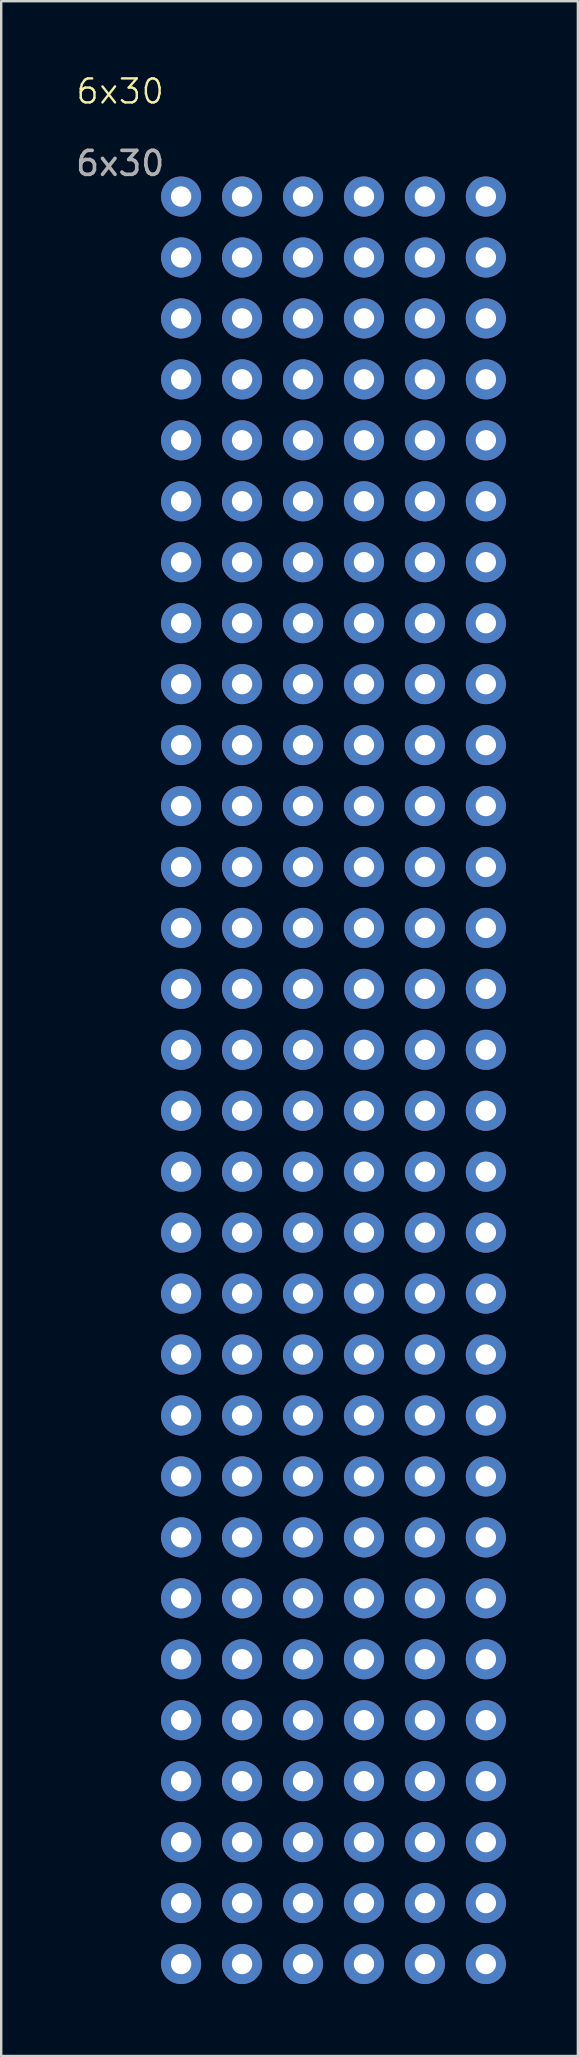
<source format=kicad_pcb>
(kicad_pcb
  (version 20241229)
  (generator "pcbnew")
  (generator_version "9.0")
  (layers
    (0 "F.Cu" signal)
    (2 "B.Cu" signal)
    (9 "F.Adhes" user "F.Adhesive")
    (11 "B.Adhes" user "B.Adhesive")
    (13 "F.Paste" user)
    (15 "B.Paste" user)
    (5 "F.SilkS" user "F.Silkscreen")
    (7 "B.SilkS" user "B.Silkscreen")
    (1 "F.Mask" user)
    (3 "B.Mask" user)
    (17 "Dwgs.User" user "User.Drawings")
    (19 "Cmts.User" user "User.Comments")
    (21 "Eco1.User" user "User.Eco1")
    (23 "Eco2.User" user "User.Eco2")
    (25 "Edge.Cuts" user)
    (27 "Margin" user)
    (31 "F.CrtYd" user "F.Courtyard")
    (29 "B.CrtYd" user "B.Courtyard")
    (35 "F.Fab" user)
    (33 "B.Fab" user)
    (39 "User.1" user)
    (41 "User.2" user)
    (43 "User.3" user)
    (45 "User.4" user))
  (footprint "6x30"
    (layer "F.Cu")
    (at 1.958 5.141)
    (property "Reference" "6x30" (at 0 -4.38 0) (unlocked yes) (layer "F.SilkS") (effects (font (size 1 1) (thickness 0.1))))
    (attr smd)
    (fp_text user "${REFERENCE}" (at 0 -1.38 0) (unlocked yes) (layer "F.Fab") (effects (font (size 1 1) (thickness 0.15))))
    (pad "" thru_hole circle (at 2.54 0) (size 1.67 1.67) (drill 0.85) (layers "*.Cu" "*.Mask"))
    (pad "" thru_hole circle (at 2.54 2.54) (size 1.67 1.67) (drill 0.85) (layers "*.Cu" "*.Mask"))
    (pad "" thru_hole circle (at 2.54 5.08) (size 1.67 1.67) (drill 0.85) (layers "*.Cu" "*.Mask"))
    (pad "" thru_hole circle (at 2.54 7.62) (size 1.67 1.67) (drill 0.85) (layers "*.Cu" "*.Mask"))
    (pad "" thru_hole circle (at 2.54 10.16) (size 1.67 1.67) (drill 0.85) (layers "*.Cu" "*.Mask"))
    (pad "" thru_hole circle (at 2.54 12.7) (size 1.67 1.67) (drill 0.85) (layers "*.Cu" "*.Mask"))
    (pad "" thru_hole circle (at 2.54 15.24) (size 1.67 1.67) (drill 0.85) (layers "*.Cu" "*.Mask"))
    (pad "" thru_hole circle (at 2.54 17.78) (size 1.67 1.67) (drill 0.85) (layers "*.Cu" "*.Mask"))
    (pad "" thru_hole circle (at 2.54 20.32) (size 1.67 1.67) (drill 0.85) (layers "*.Cu" "*.Mask"))
    (pad "" thru_hole circle (at 2.54 22.86) (size 1.67 1.67) (drill 0.85) (layers "*.Cu" "*.Mask"))
    (pad "" thru_hole circle (at 2.54 25.4) (size 1.67 1.67) (drill 0.85) (layers "*.Cu" "*.Mask"))
    (pad "" thru_hole circle (at 2.54 27.94) (size 1.67 1.67) (drill 0.85) (layers "*.Cu" "*.Mask"))
    (pad "" thru_hole circle (at 2.54 30.48) (size 1.67 1.67) (drill 0.85) (layers "*.Cu" "*.Mask"))
    (pad "" thru_hole circle (at 2.54 33.02) (size 1.67 1.67) (drill 0.85) (layers "*.Cu" "*.Mask"))
    (pad "" thru_hole circle (at 2.54 35.56) (size 1.67 1.67) (drill 0.85) (layers "*.Cu" "*.Mask"))
    (pad "" thru_hole circle (at 2.54 38.1) (size 1.67 1.67) (drill 0.85) (layers "*.Cu" "*.Mask"))
    (pad "" thru_hole circle (at 2.54 40.64) (size 1.67 1.67) (drill 0.85) (layers "*.Cu" "*.Mask"))
    (pad "" thru_hole circle (at 2.54 43.18) (size 1.67 1.67) (drill 0.85) (layers "*.Cu" "*.Mask"))
    (pad "" thru_hole circle (at 2.54 45.72) (size 1.67 1.67) (drill 0.85) (layers "*.Cu" "*.Mask"))
    (pad "" thru_hole circle (at 2.54 48.26) (size 1.67 1.67) (drill 0.85) (layers "*.Cu" "*.Mask"))
    (pad "" thru_hole circle (at 2.54 50.8) (size 1.67 1.67) (drill 0.85) (layers "*.Cu" "*.Mask"))
    (pad "" thru_hole circle (at 2.54 53.34) (size 1.67 1.67) (drill 0.85) (layers "*.Cu" "*.Mask"))
    (pad "" thru_hole circle (at 2.54 55.88) (size 1.67 1.67) (drill 0.85) (layers "*.Cu" "*.Mask"))
    (pad "" thru_hole circle (at 2.54 58.42) (size 1.67 1.67) (drill 0.85) (layers "*.Cu" "*.Mask"))
    (pad "" thru_hole circle (at 2.54 60.96) (size 1.67 1.67) (drill 0.85) (layers "*.Cu" "*.Mask"))
    (pad "" thru_hole circle (at 2.54 63.5) (size 1.67 1.67) (drill 0.85) (layers "*.Cu" "*.Mask"))
    (pad "" thru_hole circle (at 2.54 66.04) (size 1.67 1.67) (drill 0.85) (layers "*.Cu" "*.Mask"))
    (pad "" thru_hole circle (at 2.54 68.58) (size 1.67 1.67) (drill 0.85) (layers "*.Cu" "*.Mask"))
    (pad "" thru_hole circle (at 2.54 71.12) (size 1.67 1.67) (drill 0.85) (layers "*.Cu" "*.Mask"))
    (pad "" thru_hole circle (at 2.54 73.66) (size 1.67 1.67) (drill 0.85) (layers "*.Cu" "*.Mask"))
    (pad "" thru_hole circle (at 5.08 0) (size 1.67 1.67) (drill 0.85) (layers "*.Cu" "*.Mask"))
    (pad "" thru_hole circle (at 5.08 2.54) (size 1.67 1.67) (drill 0.85) (layers "*.Cu" "*.Mask"))
    (pad "" thru_hole circle (at 5.08 5.08) (size 1.67 1.67) (drill 0.85) (layers "*.Cu" "*.Mask"))
    (pad "" thru_hole circle (at 5.08 7.62) (size 1.67 1.67) (drill 0.85) (layers "*.Cu" "*.Mask"))
    (pad "" thru_hole circle (at 5.08 10.16) (size 1.67 1.67) (drill 0.85) (layers "*.Cu" "*.Mask"))
    (pad "" thru_hole circle (at 5.08 12.7) (size 1.67 1.67) (drill 0.85) (layers "*.Cu" "*.Mask"))
    (pad "" thru_hole circle (at 5.08 15.24) (size 1.67 1.67) (drill 0.85) (layers "*.Cu" "*.Mask"))
    (pad "" thru_hole circle (at 5.08 17.78) (size 1.67 1.67) (drill 0.85) (layers "*.Cu" "*.Mask"))
    (pad "" thru_hole circle (at 5.08 20.32) (size 1.67 1.67) (drill 0.85) (layers "*.Cu" "*.Mask"))
    (pad "" thru_hole circle (at 5.08 22.86) (size 1.67 1.67) (drill 0.85) (layers "*.Cu" "*.Mask"))
    (pad "" thru_hole circle (at 5.08 25.4) (size 1.67 1.67) (drill 0.85) (layers "*.Cu" "*.Mask"))
    (pad "" thru_hole circle (at 5.08 27.94) (size 1.67 1.67) (drill 0.85) (layers "*.Cu" "*.Mask"))
    (pad "" thru_hole circle (at 5.08 30.48) (size 1.67 1.67) (drill 0.85) (layers "*.Cu" "*.Mask"))
    (pad "" thru_hole circle (at 5.08 33.02) (size 1.67 1.67) (drill 0.85) (layers "*.Cu" "*.Mask"))
    (pad "" thru_hole circle (at 5.08 35.56) (size 1.67 1.67) (drill 0.85) (layers "*.Cu" "*.Mask"))
    (pad "" thru_hole circle (at 5.08 38.1) (size 1.67 1.67) (drill 0.85) (layers "*.Cu" "*.Mask"))
    (pad "" thru_hole circle (at 5.08 40.64) (size 1.67 1.67) (drill 0.85) (layers "*.Cu" "*.Mask"))
    (pad "" thru_hole circle (at 5.08 43.18) (size 1.67 1.67) (drill 0.85) (layers "*.Cu" "*.Mask"))
    (pad "" thru_hole circle (at 5.08 45.72) (size 1.67 1.67) (drill 0.85) (layers "*.Cu" "*.Mask"))
    (pad "" thru_hole circle (at 5.08 48.26) (size 1.67 1.67) (drill 0.85) (layers "*.Cu" "*.Mask"))
    (pad "" thru_hole circle (at 5.08 50.8) (size 1.67 1.67) (drill 0.85) (layers "*.Cu" "*.Mask"))
    (pad "" thru_hole circle (at 5.08 53.34) (size 1.67 1.67) (drill 0.85) (layers "*.Cu" "*.Mask"))
    (pad "" thru_hole circle (at 5.08 55.88) (size 1.67 1.67) (drill 0.85) (layers "*.Cu" "*.Mask"))
    (pad "" thru_hole circle (at 5.08 58.42) (size 1.67 1.67) (drill 0.85) (layers "*.Cu" "*.Mask"))
    (pad "" thru_hole circle (at 5.08 60.96) (size 1.67 1.67) (drill 0.85) (layers "*.Cu" "*.Mask"))
    (pad "" thru_hole circle (at 5.08 63.5) (size 1.67 1.67) (drill 0.85) (layers "*.Cu" "*.Mask"))
    (pad "" thru_hole circle (at 5.08 66.04) (size 1.67 1.67) (drill 0.85) (layers "*.Cu" "*.Mask"))
    (pad "" thru_hole circle (at 5.08 68.58) (size 1.67 1.67) (drill 0.85) (layers "*.Cu" "*.Mask"))
    (pad "" thru_hole circle (at 5.08 71.12) (size 1.67 1.67) (drill 0.85) (layers "*.Cu" "*.Mask"))
    (pad "" thru_hole circle (at 5.08 73.66) (size 1.67 1.67) (drill 0.85) (layers "*.Cu" "*.Mask"))
    (pad "" thru_hole circle (at 7.62 0) (size 1.67 1.67) (drill 0.85) (layers "*.Cu" "*.Mask"))
    (pad "" thru_hole circle (at 7.62 2.54) (size 1.67 1.67) (drill 0.85) (layers "*.Cu" "*.Mask"))
    (pad "" thru_hole circle (at 7.62 5.08) (size 1.67 1.67) (drill 0.85) (layers "*.Cu" "*.Mask"))
    (pad "" thru_hole circle (at 7.62 7.62) (size 1.67 1.67) (drill 0.85) (layers "*.Cu" "*.Mask"))
    (pad "" thru_hole circle (at 7.62 10.16) (size 1.67 1.67) (drill 0.85) (layers "*.Cu" "*.Mask"))
    (pad "" thru_hole circle (at 7.62 12.7) (size 1.67 1.67) (drill 0.85) (layers "*.Cu" "*.Mask"))
    (pad "" thru_hole circle (at 7.62 15.24) (size 1.67 1.67) (drill 0.85) (layers "*.Cu" "*.Mask"))
    (pad "" thru_hole circle (at 7.62 17.78) (size 1.67 1.67) (drill 0.85) (layers "*.Cu" "*.Mask"))
    (pad "" thru_hole circle (at 7.62 20.32) (size 1.67 1.67) (drill 0.85) (layers "*.Cu" "*.Mask"))
    (pad "" thru_hole circle (at 7.62 22.86) (size 1.67 1.67) (drill 0.85) (layers "*.Cu" "*.Mask"))
    (pad "" thru_hole circle (at 7.62 25.4) (size 1.67 1.67) (drill 0.85) (layers "*.Cu" "*.Mask"))
    (pad "" thru_hole circle (at 7.62 27.94) (size 1.67 1.67) (drill 0.85) (layers "*.Cu" "*.Mask"))
    (pad "" thru_hole circle (at 7.62 30.48) (size 1.67 1.67) (drill 0.85) (layers "*.Cu" "*.Mask"))
    (pad "" thru_hole circle (at 7.62 33.02) (size 1.67 1.67) (drill 0.85) (layers "*.Cu" "*.Mask"))
    (pad "" thru_hole circle (at 7.62 35.56) (size 1.67 1.67) (drill 0.85) (layers "*.Cu" "*.Mask"))
    (pad "" thru_hole circle (at 7.62 38.1) (size 1.67 1.67) (drill 0.85) (layers "*.Cu" "*.Mask"))
    (pad "" thru_hole circle (at 7.62 40.64) (size 1.67 1.67) (drill 0.85) (layers "*.Cu" "*.Mask"))
    (pad "" thru_hole circle (at 7.62 43.18) (size 1.67 1.67) (drill 0.85) (layers "*.Cu" "*.Mask"))
    (pad "" thru_hole circle (at 7.62 45.72) (size 1.67 1.67) (drill 0.85) (layers "*.Cu" "*.Mask"))
    (pad "" thru_hole circle (at 7.62 48.26) (size 1.67 1.67) (drill 0.85) (layers "*.Cu" "*.Mask"))
    (pad "" thru_hole circle (at 7.62 50.8) (size 1.67 1.67) (drill 0.85) (layers "*.Cu" "*.Mask"))
    (pad "" thru_hole circle (at 7.62 53.34) (size 1.67 1.67) (drill 0.85) (layers "*.Cu" "*.Mask"))
    (pad "" thru_hole circle (at 7.62 55.88) (size 1.67 1.67) (drill 0.85) (layers "*.Cu" "*.Mask"))
    (pad "" thru_hole circle (at 7.62 58.42) (size 1.67 1.67) (drill 0.85) (layers "*.Cu" "*.Mask"))
    (pad "" thru_hole circle (at 7.62 60.96) (size 1.67 1.67) (drill 0.85) (layers "*.Cu" "*.Mask"))
    (pad "" thru_hole circle (at 7.62 63.5) (size 1.67 1.67) (drill 0.85) (layers "*.Cu" "*.Mask"))
    (pad "" thru_hole circle (at 7.62 66.04) (size 1.67 1.67) (drill 0.85) (layers "*.Cu" "*.Mask"))
    (pad "" thru_hole circle (at 7.62 68.58) (size 1.67 1.67) (drill 0.85) (layers "*.Cu" "*.Mask"))
    (pad "" thru_hole circle (at 7.62 71.12) (size 1.67 1.67) (drill 0.85) (layers "*.Cu" "*.Mask"))
    (pad "" thru_hole circle (at 7.62 73.66) (size 1.67 1.67) (drill 0.85) (layers "*.Cu" "*.Mask"))
    (pad "" thru_hole circle (at 10.16 0) (size 1.67 1.67) (drill 0.85) (layers "*.Cu" "*.Mask"))
    (pad "" thru_hole circle (at 10.16 2.54) (size 1.67 1.67) (drill 0.85) (layers "*.Cu" "*.Mask"))
    (pad "" thru_hole circle (at 10.16 5.08) (size 1.67 1.67) (drill 0.85) (layers "*.Cu" "*.Mask"))
    (pad "" thru_hole circle (at 10.16 7.62) (size 1.67 1.67) (drill 0.85) (layers "*.Cu" "*.Mask"))
    (pad "" thru_hole circle (at 10.16 10.16) (size 1.67 1.67) (drill 0.85) (layers "*.Cu" "*.Mask"))
    (pad "" thru_hole circle (at 10.16 12.7) (size 1.67 1.67) (drill 0.85) (layers "*.Cu" "*.Mask"))
    (pad "" thru_hole circle (at 10.16 15.24) (size 1.67 1.67) (drill 0.85) (layers "*.Cu" "*.Mask"))
    (pad "" thru_hole circle (at 10.16 17.78) (size 1.67 1.67) (drill 0.85) (layers "*.Cu" "*.Mask"))
    (pad "" thru_hole circle (at 10.16 20.32) (size 1.67 1.67) (drill 0.85) (layers "*.Cu" "*.Mask"))
    (pad "" thru_hole circle (at 10.16 22.86) (size 1.67 1.67) (drill 0.85) (layers "*.Cu" "*.Mask"))
    (pad "" thru_hole circle (at 10.16 25.4) (size 1.67 1.67) (drill 0.85) (layers "*.Cu" "*.Mask"))
    (pad "" thru_hole circle (at 10.16 27.94) (size 1.67 1.67) (drill 0.85) (layers "*.Cu" "*.Mask"))
    (pad "" thru_hole circle (at 10.16 30.48) (size 1.67 1.67) (drill 0.85) (layers "*.Cu" "*.Mask"))
    (pad "" thru_hole circle (at 10.16 33.02) (size 1.67 1.67) (drill 0.85) (layers "*.Cu" "*.Mask"))
    (pad "" thru_hole circle (at 10.16 35.56) (size 1.67 1.67) (drill 0.85) (layers "*.Cu" "*.Mask"))
    (pad "" thru_hole circle (at 10.16 38.1) (size 1.67 1.67) (drill 0.85) (layers "*.Cu" "*.Mask"))
    (pad "" thru_hole circle (at 10.16 40.64) (size 1.67 1.67) (drill 0.85) (layers "*.Cu" "*.Mask"))
    (pad "" thru_hole circle (at 10.16 43.18) (size 1.67 1.67) (drill 0.85) (layers "*.Cu" "*.Mask"))
    (pad "" thru_hole circle (at 10.16 45.72) (size 1.67 1.67) (drill 0.85) (layers "*.Cu" "*.Mask"))
    (pad "" thru_hole circle (at 10.16 48.26) (size 1.67 1.67) (drill 0.85) (layers "*.Cu" "*.Mask"))
    (pad "" thru_hole circle (at 10.16 50.8) (size 1.67 1.67) (drill 0.85) (layers "*.Cu" "*.Mask"))
    (pad "" thru_hole circle (at 10.16 53.34) (size 1.67 1.67) (drill 0.85) (layers "*.Cu" "*.Mask"))
    (pad "" thru_hole circle (at 10.16 55.88) (size 1.67 1.67) (drill 0.85) (layers "*.Cu" "*.Mask"))
    (pad "" thru_hole circle (at 10.16 58.42) (size 1.67 1.67) (drill 0.85) (layers "*.Cu" "*.Mask"))
    (pad "" thru_hole circle (at 10.16 60.96) (size 1.67 1.67) (drill 0.85) (layers "*.Cu" "*.Mask"))
    (pad "" thru_hole circle (at 10.16 63.5) (size 1.67 1.67) (drill 0.85) (layers "*.Cu" "*.Mask"))
    (pad "" thru_hole circle (at 10.16 66.04) (size 1.67 1.67) (drill 0.85) (layers "*.Cu" "*.Mask"))
    (pad "" thru_hole circle (at 10.16 68.58) (size 1.67 1.67) (drill 0.85) (layers "*.Cu" "*.Mask"))
    (pad "" thru_hole circle (at 10.16 71.12) (size 1.67 1.67) (drill 0.85) (layers "*.Cu" "*.Mask"))
    (pad "" thru_hole circle (at 10.16 73.66) (size 1.67 1.67) (drill 0.85) (layers "*.Cu" "*.Mask"))
    (pad "" thru_hole circle (at 12.7 0) (size 1.67 1.67) (drill 0.85) (layers "*.Cu" "*.Mask"))
    (pad "" thru_hole circle (at 12.7 2.54) (size 1.67 1.67) (drill 0.85) (layers "*.Cu" "*.Mask"))
    (pad "" thru_hole circle (at 12.7 5.08) (size 1.67 1.67) (drill 0.85) (layers "*.Cu" "*.Mask"))
    (pad "" thru_hole circle (at 12.7 7.62) (size 1.67 1.67) (drill 0.85) (layers "*.Cu" "*.Mask"))
    (pad "" thru_hole circle (at 12.7 10.16) (size 1.67 1.67) (drill 0.85) (layers "*.Cu" "*.Mask"))
    (pad "" thru_hole circle (at 12.7 12.7) (size 1.67 1.67) (drill 0.85) (layers "*.Cu" "*.Mask"))
    (pad "" thru_hole circle (at 12.7 15.24) (size 1.67 1.67) (drill 0.85) (layers "*.Cu" "*.Mask"))
    (pad "" thru_hole circle (at 12.7 17.78) (size 1.67 1.67) (drill 0.85) (layers "*.Cu" "*.Mask"))
    (pad "" thru_hole circle (at 12.7 20.32) (size 1.67 1.67) (drill 0.85) (layers "*.Cu" "*.Mask"))
    (pad "" thru_hole circle (at 12.7 22.86) (size 1.67 1.67) (drill 0.85) (layers "*.Cu" "*.Mask"))
    (pad "" thru_hole circle (at 12.7 25.4) (size 1.67 1.67) (drill 0.85) (layers "*.Cu" "*.Mask"))
    (pad "" thru_hole circle (at 12.7 27.94) (size 1.67 1.67) (drill 0.85) (layers "*.Cu" "*.Mask"))
    (pad "" thru_hole circle (at 12.7 30.48) (size 1.67 1.67) (drill 0.85) (layers "*.Cu" "*.Mask"))
    (pad "" thru_hole circle (at 12.7 33.02) (size 1.67 1.67) (drill 0.85) (layers "*.Cu" "*.Mask"))
    (pad "" thru_hole circle (at 12.7 35.56) (size 1.67 1.67) (drill 0.85) (layers "*.Cu" "*.Mask"))
    (pad "" thru_hole circle (at 12.7 38.1) (size 1.67 1.67) (drill 0.85) (layers "*.Cu" "*.Mask"))
    (pad "" thru_hole circle (at 12.7 40.64) (size 1.67 1.67) (drill 0.85) (layers "*.Cu" "*.Mask"))
    (pad "" thru_hole circle (at 12.7 43.18) (size 1.67 1.67) (drill 0.85) (layers "*.Cu" "*.Mask"))
    (pad "" thru_hole circle (at 12.7 45.72) (size 1.67 1.67) (drill 0.85) (layers "*.Cu" "*.Mask"))
    (pad "" thru_hole circle (at 12.7 48.26) (size 1.67 1.67) (drill 0.85) (layers "*.Cu" "*.Mask"))
    (pad "" thru_hole circle (at 12.7 50.8) (size 1.67 1.67) (drill 0.85) (layers "*.Cu" "*.Mask"))
    (pad "" thru_hole circle (at 12.7 53.34) (size 1.67 1.67) (drill 0.85) (layers "*.Cu" "*.Mask"))
    (pad "" thru_hole circle (at 12.7 55.88) (size 1.67 1.67) (drill 0.85) (layers "*.Cu" "*.Mask"))
    (pad "" thru_hole circle (at 12.7 58.42) (size 1.67 1.67) (drill 0.85) (layers "*.Cu" "*.Mask"))
    (pad "" thru_hole circle (at 12.7 60.96) (size 1.67 1.67) (drill 0.85) (layers "*.Cu" "*.Mask"))
    (pad "" thru_hole circle (at 12.7 63.5) (size 1.67 1.67) (drill 0.85) (layers "*.Cu" "*.Mask"))
    (pad "" thru_hole circle (at 12.7 66.04) (size 1.67 1.67) (drill 0.85) (layers "*.Cu" "*.Mask"))
    (pad "" thru_hole circle (at 12.7 68.58) (size 1.67 1.67) (drill 0.85) (layers "*.Cu" "*.Mask"))
    (pad "" thru_hole circle (at 12.7 71.12) (size 1.67 1.67) (drill 0.85) (layers "*.Cu" "*.Mask"))
    (pad "" thru_hole circle (at 12.7 73.66) (size 1.67 1.67) (drill 0.85) (layers "*.Cu" "*.Mask"))
    (pad "" thru_hole circle (at 15.24 0) (size 1.67 1.67) (drill 0.85) (layers "*.Cu" "*.Mask"))
    (pad "" thru_hole circle (at 15.24 2.54) (size 1.67 1.67) (drill 0.85) (layers "*.Cu" "*.Mask"))
    (pad "" thru_hole circle (at 15.24 5.08) (size 1.67 1.67) (drill 0.85) (layers "*.Cu" "*.Mask"))
    (pad "" thru_hole circle (at 15.24 7.62) (size 1.67 1.67) (drill 0.85) (layers "*.Cu" "*.Mask"))
    (pad "" thru_hole circle (at 15.24 10.16) (size 1.67 1.67) (drill 0.85) (layers "*.Cu" "*.Mask"))
    (pad "" thru_hole circle (at 15.24 12.7) (size 1.67 1.67) (drill 0.85) (layers "*.Cu" "*.Mask"))
    (pad "" thru_hole circle (at 15.24 15.24) (size 1.67 1.67) (drill 0.85) (layers "*.Cu" "*.Mask"))
    (pad "" thru_hole circle (at 15.24 17.78) (size 1.67 1.67) (drill 0.85) (layers "*.Cu" "*.Mask"))
    (pad "" thru_hole circle (at 15.24 20.32) (size 1.67 1.67) (drill 0.85) (layers "*.Cu" "*.Mask"))
    (pad "" thru_hole circle (at 15.24 22.86) (size 1.67 1.67) (drill 0.85) (layers "*.Cu" "*.Mask"))
    (pad "" thru_hole circle (at 15.24 25.4) (size 1.67 1.67) (drill 0.85) (layers "*.Cu" "*.Mask"))
    (pad "" thru_hole circle (at 15.24 27.94) (size 1.67 1.67) (drill 0.85) (layers "*.Cu" "*.Mask"))
    (pad "" thru_hole circle (at 15.24 30.48) (size 1.67 1.67) (drill 0.85) (layers "*.Cu" "*.Mask"))
    (pad "" thru_hole circle (at 15.24 33.02) (size 1.67 1.67) (drill 0.85) (layers "*.Cu" "*.Mask"))
    (pad "" thru_hole circle (at 15.24 35.56) (size 1.67 1.67) (drill 0.85) (layers "*.Cu" "*.Mask"))
    (pad "" thru_hole circle (at 15.24 38.1) (size 1.67 1.67) (drill 0.85) (layers "*.Cu" "*.Mask"))
    (pad "" thru_hole circle (at 15.24 40.64) (size 1.67 1.67) (drill 0.85) (layers "*.Cu" "*.Mask"))
    (pad "" thru_hole circle (at 15.24 43.18) (size 1.67 1.67) (drill 0.85) (layers "*.Cu" "*.Mask"))
    (pad "" thru_hole circle (at 15.24 45.72) (size 1.67 1.67) (drill 0.85) (layers "*.Cu" "*.Mask"))
    (pad "" thru_hole circle (at 15.24 48.26) (size 1.67 1.67) (drill 0.85) (layers "*.Cu" "*.Mask"))
    (pad "" thru_hole circle (at 15.24 50.8) (size 1.67 1.67) (drill 0.85) (layers "*.Cu" "*.Mask"))
    (pad "" thru_hole circle (at 15.24 53.34) (size 1.67 1.67) (drill 0.85) (layers "*.Cu" "*.Mask"))
    (pad "" thru_hole circle (at 15.24 55.88) (size 1.67 1.67) (drill 0.85) (layers "*.Cu" "*.Mask"))
    (pad "" thru_hole circle (at 15.24 58.42) (size 1.67 1.67) (drill 0.85) (layers "*.Cu" "*.Mask"))
    (pad "" thru_hole circle (at 15.24 60.96) (size 1.67 1.67) (drill 0.85) (layers "*.Cu" "*.Mask"))
    (pad "" thru_hole circle (at 15.24 63.5) (size 1.67 1.67) (drill 0.85) (layers "*.Cu" "*.Mask"))
    (pad "" thru_hole circle (at 15.24 66.04) (size 1.67 1.67) (drill 0.85) (layers "*.Cu" "*.Mask"))
    (pad "" thru_hole circle (at 15.24 68.58) (size 1.67 1.67) (drill 0.85) (layers "*.Cu" "*.Mask"))
    (pad "" thru_hole circle (at 15.24 71.12) (size 1.67 1.67) (drill 0.85) (layers "*.Cu" "*.Mask"))
    (pad "" thru_hole circle (at 15.24 73.66) (size 1.67 1.67) (drill 0.85) (layers "*.Cu" "*.Mask")))
  (gr_rect
    (start -3 -3)
    (end 21.033 82.635)
    (stroke (width 0.1) (type default))
    (fill no)
    (layer "Edge.Cuts")))
</source>
